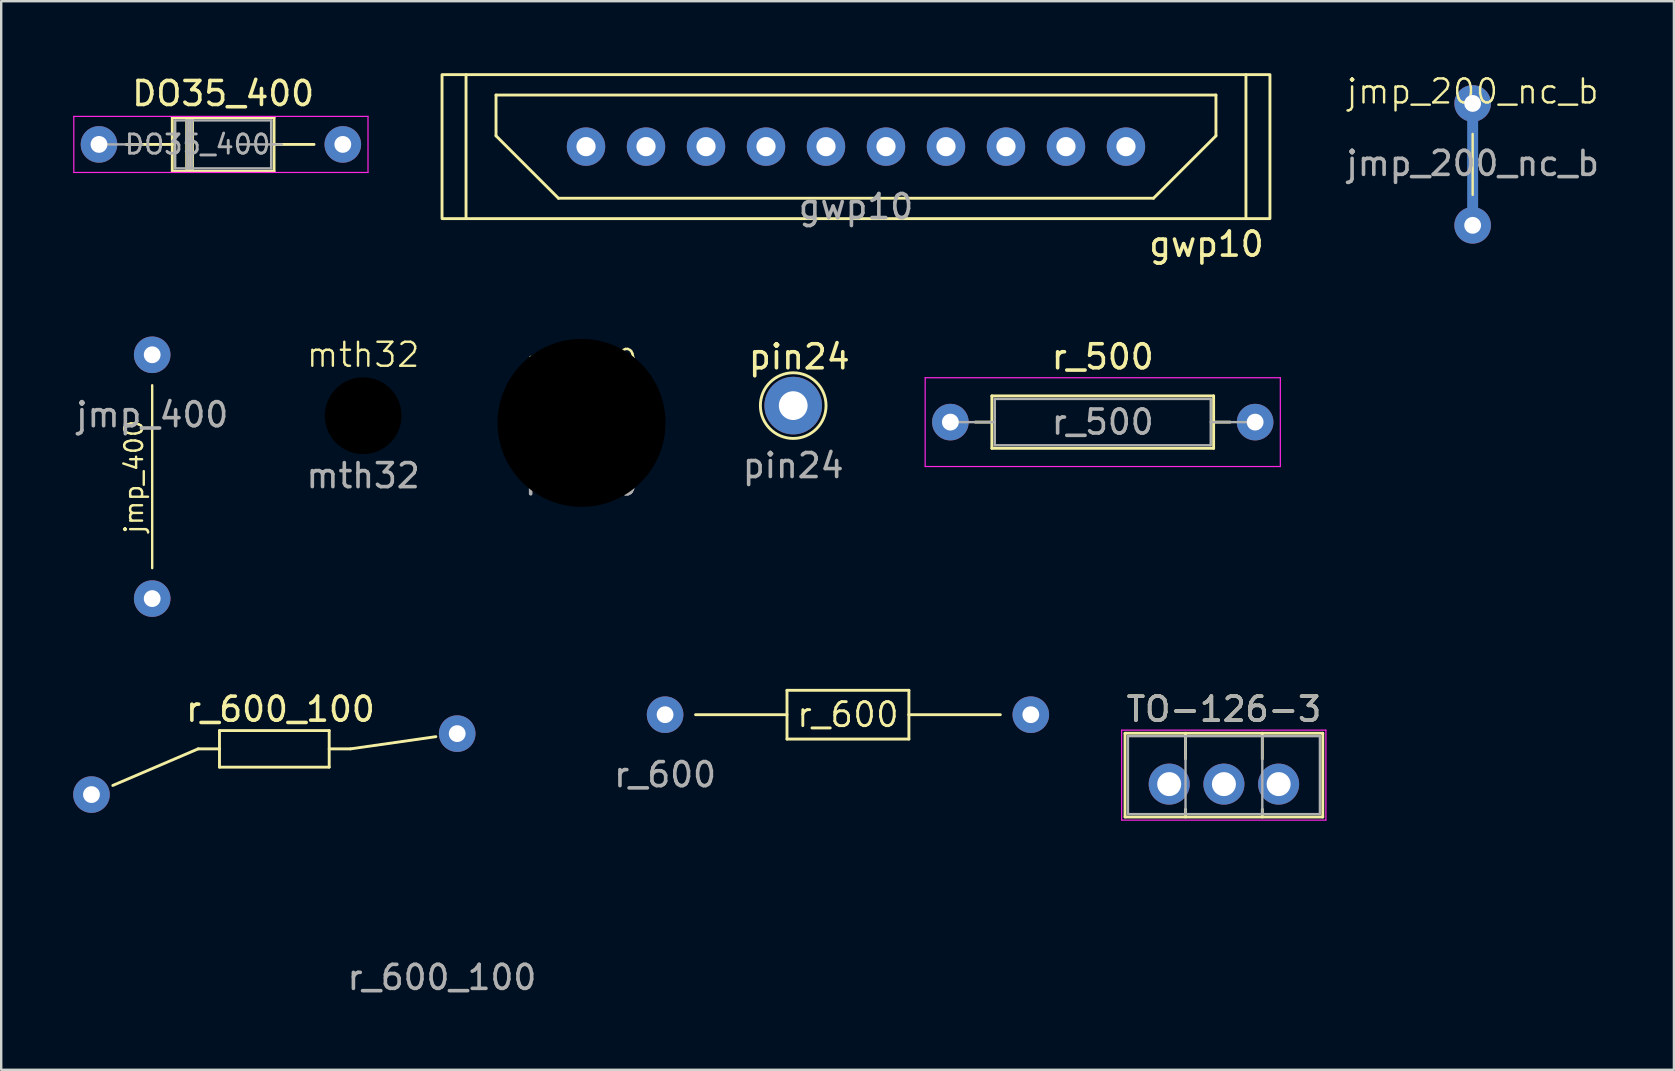
<source format=kicad_pcb>
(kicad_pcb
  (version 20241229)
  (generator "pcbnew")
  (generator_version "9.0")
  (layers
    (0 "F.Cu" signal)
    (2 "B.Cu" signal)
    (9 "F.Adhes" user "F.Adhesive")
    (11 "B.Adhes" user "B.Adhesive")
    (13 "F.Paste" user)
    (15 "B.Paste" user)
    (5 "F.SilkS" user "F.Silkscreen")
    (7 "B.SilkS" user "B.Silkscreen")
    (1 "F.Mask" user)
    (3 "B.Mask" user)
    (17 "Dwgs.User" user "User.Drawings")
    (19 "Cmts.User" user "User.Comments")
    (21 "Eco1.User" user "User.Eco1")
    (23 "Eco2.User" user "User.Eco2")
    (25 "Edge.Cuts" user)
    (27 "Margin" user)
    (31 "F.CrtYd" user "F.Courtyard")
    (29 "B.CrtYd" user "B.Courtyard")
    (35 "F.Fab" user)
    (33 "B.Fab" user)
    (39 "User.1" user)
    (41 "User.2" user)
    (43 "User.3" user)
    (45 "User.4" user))
  (footprint "jmp_400"
    (layer "F.Cu")
    (at 3.292 11.734)
    (property "Reference" "jmp_400" (at -0.762 5.08 90) (unlocked yes) (layer "F.SilkS") (effects (font (size 0.746 0.746) (thickness 0.1))))
    (attr through_hole)
    (fp_line (start 0 1.27) (end 0 8.89) (stroke (width 0.1) (type default)) (layer "F.SilkS"))
    (fp_text user "${REFERENCE}" (at 0 2.5 0) (unlocked yes) (layer "F.Fab") (effects (font (size 1 1) (thickness 0.15))))
    (pad "1" thru_hole circle (at 0 0) (size 1.524 1.524) (drill 0.7) (layers "*.Cu" "*.Mask"))
    (pad "2" thru_hole circle (at 0 10.16) (size 1.524 1.524) (drill 0.7) (layers "*.Cu" "*.Mask")))
  (footprint "TO-126-3"
    (layer "F.Cu")
    (at 45.672 29.625)
    (property "Reference" "TO-126-3" (at 2.28 -3.12 0) (layer "F.SilkS") (effects (font (size 1 1) (thickness 0.15))))
    (attr through_hole)
    (fp_line (start -1.841 -2.12) (end -1.841 1.37) (stroke (width 0.12) (type solid)) (layer "F.SilkS"))
    (fp_line (start -1.841 -2.12) (end 6.4 -2.12) (stroke (width 0.12) (type solid)) (layer "F.SilkS"))
    (fp_line (start -1.841 1.37) (end 6.4 1.37) (stroke (width 0.12) (type solid)) (layer "F.SilkS"))
    (fp_line (start 0.68 -2.12) (end 0.68 -1.05) (stroke (width 0.12) (type solid)) (layer "F.SilkS"))
    (fp_line (start 0.68 1.05) (end 0.68 1.37) (stroke (width 0.12) (type solid)) (layer "F.SilkS"))
    (fp_line (start 3.88 -2.12) (end 3.88 -1.05) (stroke (width 0.12) (type solid)) (layer "F.SilkS"))
    (fp_line (start 3.88 1.05) (end 3.88 1.37) (stroke (width 0.12) (type solid)) (layer "F.SilkS"))
    (fp_line (start 6.4 -2.12) (end 6.4 1.37) (stroke (width 0.12) (type solid)) (layer "F.SilkS"))
    (fp_line (start -1.98 -2.25) (end -1.98 1.5) (stroke (width 0.05) (type solid)) (layer "F.CrtYd"))
    (fp_line (start -1.98 1.5) (end 6.53 1.5) (stroke (width 0.05) (type solid)) (layer "F.CrtYd"))
    (fp_line (start 6.53 -2.25) (end -1.98 -2.25) (stroke (width 0.05) (type solid)) (layer "F.CrtYd"))
    (fp_line (start 6.53 1.5) (end 6.53 -2.25) (stroke (width 0.05) (type solid)) (layer "F.CrtYd"))
    (fp_line (start -1.72 -2) (end -1.72 1.25) (stroke (width 0.1) (type solid)) (layer "F.Fab"))
    (fp_line (start -1.72 1.25) (end 6.28 1.25) (stroke (width 0.1) (type solid)) (layer "F.Fab"))
    (fp_line (start 0.68 -2) (end 0.68 1.25) (stroke (width 0.1) (type solid)) (layer "F.Fab"))
    (fp_line (start 3.88 -2) (end 3.88 1.25) (stroke (width 0.1) (type solid)) (layer "F.Fab"))
    (fp_line (start 6.28 -2) (end -1.72 -2) (stroke (width 0.1) (type solid)) (layer "F.Fab"))
    (fp_line (start 6.28 1.25) (end 6.28 -2) (stroke (width 0.1) (type solid)) (layer "F.Fab"))
    (fp_text user "${REFERENCE}" (at 2.28 -3.12 0) (layer "F.Fab") (effects (font (size 1 1) (thickness 0.15))))
    (pad "1" thru_hole circle (at 0 0) (size 1.71 1.71) (drill 1) (layers "*.Cu" "*.Mask"))
    (pad "2" thru_hole circle (at 2.28 0) (size 1.71 1.71) (drill 1) (layers "*.Cu" "*.Mask"))
    (pad "3" thru_hole circle (at 4.56 0) (size 1.71 1.71) (drill 1) (layers "*.Cu" "*.Mask")))
  (footprint "DO35_400"
    (layer "F.Cu")
    (at 1.075 2.968)
    (property "Reference" "DO35_400" (at 5.175 -2.12 0) (layer "F.SilkS") (effects (font (size 1 1) (thickness 0.15))))
    (attr through_hole)
    (fp_line (start 1.135 0) (end 3.055 0) (stroke (width 0.12) (type solid)) (layer "F.SilkS"))
    (fp_line (start 3.055 -1.12) (end 3.055 1.12) (stroke (width 0.12) (type solid)) (layer "F.SilkS"))
    (fp_line (start 3.055 1.12) (end 7.295 1.12) (stroke (width 0.12) (type solid)) (layer "F.SilkS"))
    (fp_line (start 3.655 -1.12) (end 3.655 1.12) (stroke (width 0.12) (type solid)) (layer "F.SilkS"))
    (fp_line (start 3.775 -1.12) (end 3.775 1.12) (stroke (width 0.12) (type solid)) (layer "F.SilkS"))
    (fp_line (start 3.895 -1.12) (end 3.895 1.12) (stroke (width 0.12) (type solid)) (layer "F.SilkS"))
    (fp_line (start 7.295 -1.12) (end 3.055 -1.12) (stroke (width 0.12) (type solid)) (layer "F.SilkS"))
    (fp_line (start 7.295 1.12) (end 7.295 -1.12) (stroke (width 0.12) (type solid)) (layer "F.SilkS"))
    (fp_line (start 8.961 0) (end 7.295 0) (stroke (width 0.12) (type solid)) (layer "F.SilkS"))
    (fp_line (start -1.05 -1.168) (end -1.05 1.168) (stroke (width 0.05) (type solid)) (layer "F.CrtYd"))
    (fp_line (start -1.05 1.168) (end 11.21 1.168) (stroke (width 0.05) (type solid)) (layer "F.CrtYd"))
    (fp_line (start 11.21 -1.168) (end -1.05 -1.168) (stroke (width 0.05) (type solid)) (layer "F.CrtYd"))
    (fp_line (start 11.21 1.168) (end 11.21 -1.168) (stroke (width 0.05) (type solid)) (layer "F.CrtYd"))
    (fp_line (start 0 0) (end 1.81 0) (stroke (width 0.1) (type solid)) (layer "F.Fab"))
    (fp_line (start 3.175 -1) (end 3.175 1) (stroke (width 0.1) (type solid)) (layer "F.Fab"))
    (fp_line (start 3.175 1) (end 7.175 1) (stroke (width 0.1) (type solid)) (layer "F.Fab"))
    (fp_line (start 3.675 -1) (end 3.675 1) (stroke (width 0.1) (type solid)) (layer "F.Fab"))
    (fp_line (start 3.775 -1) (end 3.775 1) (stroke (width 0.1) (type solid)) (layer "F.Fab"))
    (fp_line (start 3.875 -1) (end 3.875 1) (stroke (width 0.1) (type solid)) (layer "F.Fab"))
    (fp_line (start 7.175 -1) (end 3.175 -1) (stroke (width 0.1) (type solid)) (layer "F.Fab"))
    (fp_line (start 7.175 1) (end 7.175 -1) (stroke (width 0.1) (type solid)) (layer "F.Fab"))
    (fp_line (start 7.62 0) (end 5.81 0) (stroke (width 0.1) (type solid)) (layer "F.Fab"))
    (fp_text user "${REFERENCE}" (at 4.11 0 0) (layer "F.Fab") (effects (font (size 0.8 0.8) (thickness 0.12))))
    (pad "1" thru_hole circle (at 0 0) (size 1.524 1.524) (drill 0.7) (layers "*.Cu" "*.Mask"))
    (pad "2" thru_hole circle (at 10.16 0) (size 1.524 1.524) (drill 0.7) (layers "*.Cu" "*.Mask")))
  (footprint "mth32"
    (layer "F.Cu")
    (at 12.083 14.273)
    (property "Reference" "mth32" (at 0 -2.54 0) (unlocked yes) (layer "F.SilkS") (effects (font (size 1 1) (thickness 0.1))))
    (attr through_hole board_only exclude_from_bom)
    (fp_text user "${REFERENCE}" (at 0 2.5 0) (unlocked yes) (layer "F.Fab") (effects (font (size 1 1) (thickness 0.15))))
    (pad "" np_thru_hole circle (at 0 0) (size 5 5) (drill 3.2) (layers "*.Mask")))
  (footprint "jmp_200_nc_b"
    (layer "F.Cu")
    (at 58.317 1.26)
    (property "Reference" "jmp_200_nc_b" (at 0 -0.5 0) (unlocked yes) (layer "F.SilkS") (effects (font (size 1 1) (thickness 0.1))))
    (attr through_hole)
    (fp_line (start 0 0) (end 0 5.08) (stroke (width 0.457) (type default)) (layer "B.Cu"))
    (fp_line (start 0 1.27) (end 0 3.81) (stroke (width 0.1) (type default)) (layer "F.SilkS"))
    (fp_text user "${REFERENCE}" (at 0 2.5 0) (unlocked yes) (layer "F.Fab") (effects (font (size 1 1) (thickness 0.15))))
    (pad "1" thru_hole circle (at 0 0) (size 1.524 1.524) (drill 0.7) (layers "*.Cu" "*.Mask"))
    (pad "2" thru_hole circle (at 0 5.08) (size 1.524 1.524) (drill 0.7) (layers "*.Cu" "*.Mask")))
  (footprint "gwp10"
    (layer "F.Cu")
    (at 32.62 3.06)
    (property "Reference" "gwp10" (at 14.605 4.064 0) (unlocked yes) (layer "F.SilkS") (effects (font (size 1 1) (thickness 0.15))))
    (attr through_hole)
    (fp_line (start -16.25 -3) (end -16.25 3) (stroke (width 0.12) (type default)) (layer "F.SilkS"))
    (fp_line (start -15 -2.15) (end 15 -2.15) (stroke (width 0.12) (type default)) (layer "F.SilkS"))
    (fp_line (start -15 -0.45) (end -15 -2.15) (stroke (width 0.12) (type default)) (layer "F.SilkS"))
    (fp_line (start -12.4 2.15) (end -15 -0.45) (stroke (width 0.12) (type default)) (layer "F.SilkS"))
    (fp_line (start 12.4 2.15) (end -12.4 2.15) (stroke (width 0.12) (type default)) (layer "F.SilkS"))
    (fp_line (start 15 -2.15) (end 15 -0.45) (stroke (width 0.12) (type default)) (layer "F.SilkS"))
    (fp_line (start 15 -0.45) (end 12.4 2.15) (stroke (width 0.12) (type default)) (layer "F.SilkS"))
    (fp_line (start 16.25 -3) (end 16.25 3) (stroke (width 0.12) (type default)) (layer "F.SilkS"))
    (fp_rect (start -17.25 -3) (end 17.25 3) (stroke (width 0.12) (type default)) (fill no) (layer "F.SilkS"))
    (fp_text user "${REFERENCE}" (at 0 2.5 0) (unlocked yes) (layer "F.Fab") (effects (font (size 1 1) (thickness 0.15))))
    (pad "1" thru_hole circle (at -11.25 0) (size 1.6 1.6) (drill 0.8) (layers "*.Cu" "*.Mask"))
    (pad "2" thru_hole circle (at -8.75 0) (size 1.6 1.6) (drill 0.8) (layers "*.Cu" "*.Mask"))
    (pad "3" thru_hole circle (at -6.25 0) (size 1.6 1.6) (drill 0.8) (layers "*.Cu" "*.Mask"))
    (pad "4" thru_hole circle (at -3.75 0) (size 1.6 1.6) (drill 0.8) (layers "*.Cu" "*.Mask"))
    (pad "5" thru_hole circle (at -1.25 0) (size 1.6 1.6) (drill 0.8) (layers "*.Cu" "*.Mask"))
    (pad "6" thru_hole circle (at 1.25 0) (size 1.6 1.6) (drill 0.8) (layers "*.Cu" "*.Mask"))
    (pad "7" thru_hole circle (at 3.75 0) (size 1.6 1.6) (drill 0.8) (layers "*.Cu" "*.Mask"))
    (pad "8" thru_hole circle (at 6.25 0) (size 1.6 1.6) (drill 0.8) (layers "*.Cu" "*.Mask"))
    (pad "9" thru_hole circle (at 8.75 0) (size 1.6 1.6) (drill 0.8) (layers "*.Cu" "*.Mask"))
    (pad "10" thru_hole circle (at 11.25 0) (size 1.6 1.6) (drill 0.8) (layers "*.Cu" "*.Mask")))
  (footprint "pin24"
    (layer "F.Cu")
    (at 30.004 13.852)
    (property "Reference" "pin24" (at 0.254 -2.032 0) (unlocked yes) (layer "F.SilkS") (effects (font (size 1 1) (thickness 0.15))))
    (attr through_hole)
    (fp_circle (center 0 0) (end 1.368 0) (stroke (width 0.12) (type default)) (fill no) (layer "F.SilkS"))
    (fp_text user "${REFERENCE}" (at 0 2.5 0) (unlocked yes) (layer "F.Fab") (effects (font (size 1 1) (thickness 0.15))))
    (pad "1" thru_hole circle (at 0 0) (size 2.4 2.4) (drill 1.2) (layers "*.Cu" "*.Mask")))
  (footprint "r_600_100"
    (layer "F.Cu")
    (at 0.762 30.061)
    (property "Reference" "r_600_100" (at 7.874 -3.556 0) (unlocked yes) (layer "F.SilkS") (effects (font (size 1 1) (thickness 0.15))))
    (attr through_hole)
    (fp_line (start 4.445 -1.905) (end 0.889 -0.381) (stroke (width 0.12) (type default)) (layer "F.SilkS"))
    (fp_line (start 5.334 -2.667) (end 5.334 -1.905) (stroke (width 0.12) (type default)) (layer "F.SilkS"))
    (fp_line (start 5.334 -1.905) (end 4.445 -1.905) (stroke (width 0.12) (type default)) (layer "F.SilkS"))
    (fp_line (start 5.334 -1.905) (end 5.334 -1.143) (stroke (width 0.12) (type default)) (layer "F.SilkS"))
    (fp_line (start 5.334 -1.143) (end 9.906 -1.143) (stroke (width 0.12) (type default)) (layer "F.SilkS"))
    (fp_line (start 9.906 -2.667) (end 5.334 -2.667) (stroke (width 0.12) (type default)) (layer "F.SilkS"))
    (fp_line (start 9.906 -1.905) (end 10.795 -1.905) (stroke (width 0.12) (type default)) (layer "F.SilkS"))
    (fp_line (start 9.906 -1.143) (end 9.906 -2.667) (stroke (width 0.12) (type default)) (layer "F.SilkS"))
    (fp_line (start 10.795 -1.905) (end 14.351 -2.413) (stroke (width 0.12) (type default)) (layer "F.SilkS"))
    (fp_text user "${REFERENCE}" (at 14.605 7.62 0) (unlocked yes) (layer "F.Fab") (effects (font (size 1 1) (thickness 0.15))))
    (pad "1" thru_hole circle (at 0 0) (size 1.524 1.524) (drill 0.7) (layers "*.Cu" "*.Mask"))
    (pad "2" thru_hole circle (at 15.24 -2.54) (size 1.524 1.524) (drill 0.7) (layers "*.Cu" "*.Mask")))
  (footprint "r_500"
    (layer "F.Cu")
    (at 36.553 14.54)
    (property "Reference" "r_500" (at 6.35 -2.72 0) (layer "F.SilkS") (effects (font (size 1 1) (thickness 0.15))))
    (attr through_hole)
    (fp_line (start 1.04 0) (end 1.73 0) (stroke (width 0.12) (type solid)) (layer "F.SilkS"))
    (fp_line (start 1.73 -1.092) (end 1.73 1.092) (stroke (width 0.12) (type solid)) (layer "F.SilkS"))
    (fp_line (start 1.73 1.092) (end 10.97 1.092) (stroke (width 0.12) (type solid)) (layer "F.SilkS"))
    (fp_line (start 10.97 -1.092) (end 1.73 -1.092) (stroke (width 0.12) (type solid)) (layer "F.SilkS"))
    (fp_line (start 10.97 1.092) (end 10.97 -1.092) (stroke (width 0.12) (type solid)) (layer "F.SilkS"))
    (fp_line (start 11.66 0) (end 10.97 0) (stroke (width 0.12) (type solid)) (layer "F.SilkS"))
    (fp_line (start -1.05 -1.85) (end -1.05 1.85) (stroke (width 0.05) (type solid)) (layer "F.CrtYd"))
    (fp_line (start -1.05 1.85) (end 13.75 1.85) (stroke (width 0.05) (type solid)) (layer "F.CrtYd"))
    (fp_line (start 13.75 -1.85) (end -1.05 -1.85) (stroke (width 0.05) (type solid)) (layer "F.CrtYd"))
    (fp_line (start 13.75 1.85) (end 13.75 -1.85) (stroke (width 0.05) (type solid)) (layer "F.CrtYd"))
    (fp_line (start 0 0) (end 1.85 0) (stroke (width 0.1) (type solid)) (layer "F.Fab"))
    (fp_line (start 1.85 -0.965) (end 1.85 0.965) (stroke (width 0.1) (type solid)) (layer "F.Fab"))
    (fp_line (start 1.85 0.965) (end 10.85 0.965) (stroke (width 0.1) (type solid)) (layer "F.Fab"))
    (fp_line (start 10.85 -0.965) (end 1.85 -0.965) (stroke (width 0.1) (type solid)) (layer "F.Fab"))
    (fp_line (start 10.85 0.965) (end 10.85 -0.965) (stroke (width 0.1) (type solid)) (layer "F.Fab"))
    (fp_line (start 12.7 0) (end 10.85 0) (stroke (width 0.1) (type solid)) (layer "F.Fab"))
    (fp_text user "${REFERENCE}" (at 6.35 0 0) (layer "F.Fab") (effects (font (size 1 1) (thickness 0.15))))
    (pad "1" thru_hole circle (at 0 0) (size 1.524 1.524) (drill 0.7) (layers "*.Cu" "*.Mask"))
    (pad "2" thru_hole circle (at 12.7 0) (size 1.524 1.524) (drill 0.7) (layers "*.Cu" "*.Mask")))
  (footprint "mth70"
    (layer "F.Cu")
    (at 21.183 14.572)
    (property "Reference" "mth70" (at 0 -2.54 0) (unlocked yes) (layer "F.SilkS") (effects (font (size 1 1) (thickness 0.1))))
    (attr through_hole board_only exclude_from_bom)
    (fp_text user "${REFERENCE}" (at 0 2.5 0) (unlocked yes) (layer "F.Fab") (effects (font (size 1 1) (thickness 0.15))))
    (pad "" np_thru_hole circle (at 0 0) (size 7.2 7.2) (drill 7) (layers "*.Mask")))
  (footprint "r_600"
    (layer "F.Cu")
    (at 24.665 26.732)
    (property "Reference" "r_600" (at 7.62 0 0) (unlocked yes) (layer "F.SilkS") (effects (font (size 1 1) (thickness 0.12))))
    (attr through_hole)
    (fp_line (start 1.27 0) (end 5.08 0) (stroke (width 0.12) (type default)) (layer "F.SilkS"))
    (fp_line (start 5.08 -1.016) (end 5.08 1.016) (stroke (width 0.12) (type default)) (layer "F.SilkS"))
    (fp_line (start 5.08 1.016) (end 10.16 1.016) (stroke (width 0.12) (type default)) (layer "F.SilkS"))
    (fp_line (start 10.16 -1.016) (end 5.08 -1.016) (stroke (width 0.12) (type default)) (layer "F.SilkS"))
    (fp_line (start 10.16 0) (end 10.16 -1.016) (stroke (width 0.12) (type default)) (layer "F.SilkS"))
    (fp_line (start 10.16 1.016) (end 10.16 0) (stroke (width 0.12) (type default)) (layer "F.SilkS"))
    (fp_line (start 13.97 0) (end 10.16 0) (stroke (width 0.12) (type default)) (layer "F.SilkS"))
    (fp_text user "${REFERENCE}" (at 0 2.5 0) (unlocked yes) (layer "F.Fab") (effects (font (size 1 1) (thickness 0.15))))
    (pad "1" thru_hole circle (at 0 0) (size 1.524 1.524) (drill 0.7) (layers "*.Cu" "*.Mask"))
    (pad "2" thru_hole circle (at 15.24 0) (size 1.524 1.524) (drill 0.7) (layers "*.Cu" "*.Mask")))
  (gr_rect
    (start -3 -3)
    (end 66.704 41.529)
    (stroke (width 0.1) (type default))
    (fill no)
    (layer "Edge.Cuts")))
</source>
